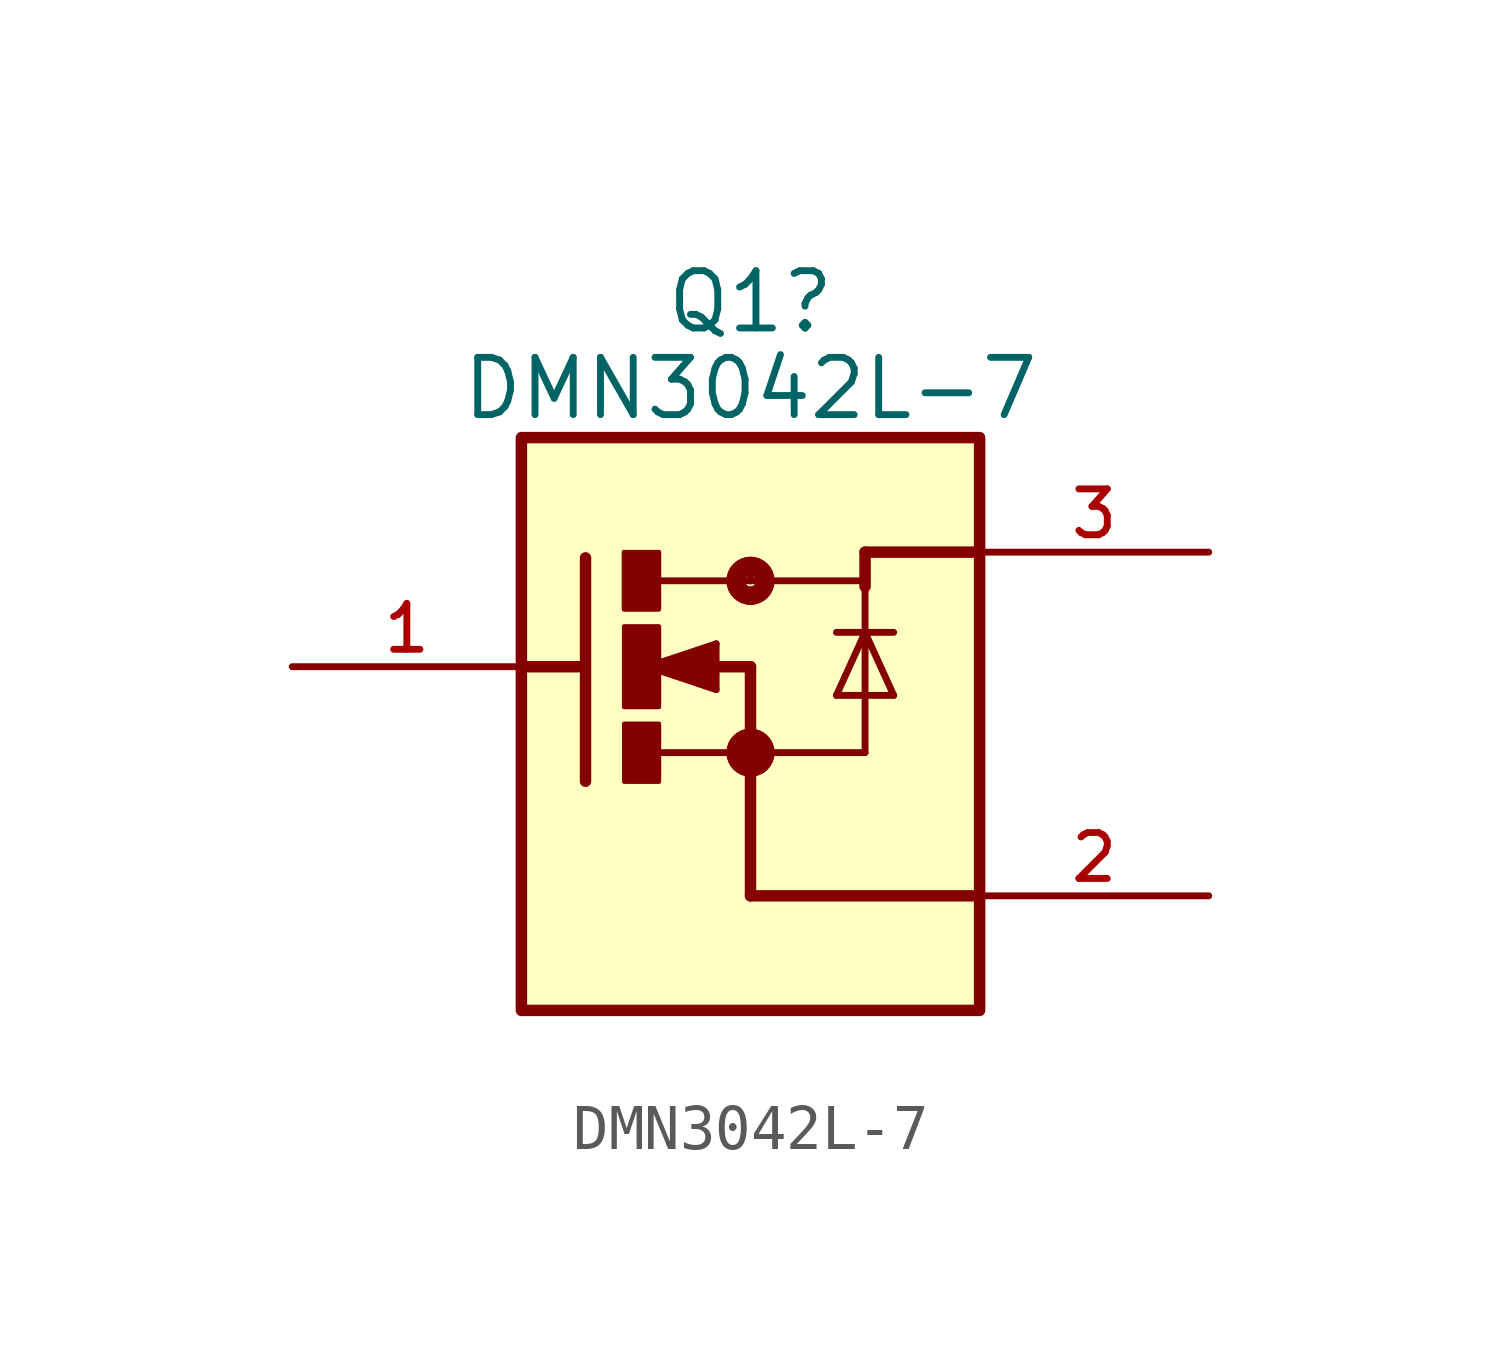
<source format=kicad_sym>
(kicad_symbol_lib
  (version 20220914)
  (generator kicad_symbol_editor)
  (symbol "DMN3042L-7"
    (pin_names
      (offset 1.016))
    (property "Reference" "Q1"
      (at 0 8.09 0)
      (effects (font (size 1.27 1.27))))
    (property "Value" "DMN3042L-7"
      (at 0 6.169 0)
      (effects (font (size 1.27 1.27))))
    (symbol "DMN3042L-7_0_0"
      (rectangle (start -5.08 -7.62) (end 5.08 5.08) (stroke (width 0.254) (type default)) (fill (type background)))
      (rectangle (start -2.804 2.54) (end -2.032 1.274) (stroke (width 0.1) (type default)) (fill (type outline)))
      (rectangle (start -2.802 1.274) (end -2.032 2.54) (stroke (width 0.1) (type default)) (fill (type outline)))
      (rectangle (start -2.801 -0.891) (end -2.032 0.889) (stroke (width 0.1) (type default)) (fill (type outline)))
      (rectangle (start -2.799 -2.544) (end -2.032 -1.27) (stroke (width 0.1) (type default)) (fill (type outline)))
      (rectangle (start -2.799 -2.545) (end -2.032 -1.27) (stroke (width 0.1) (type default)) (fill (type outline)))
      (rectangle (start -2.798 -0.89) (end -2.032 0.889) (stroke (width 0.1) (type default)) (fill (type outline)))
      (circle (center 0 -1.905) (radius 0.127) (stroke (width 0.406) (type default)) (fill (type none)))
      (circle (center 0 -1.905) (radius 0.127) (stroke (width 0.406) (type default)) (fill (type none)))
      (polyline (pts (xy -3.81 0) (xy -5.08 0)) (stroke (width 0.254) (type default)) (fill (type none)))
      (polyline (pts (xy -3.658 2.413) (xy -3.658 -2.54)) (stroke (width 0.254) (type default)) (fill (type none)))
      (polyline (pts (xy -2.286 0) (xy -0.762 -0.508)) (stroke (width 0.152) (type default)) (fill (type none)))
      (polyline (pts (xy -2.032 -1.905) (xy 0 -1.905)) (stroke (width 0.152) (type default)) (fill (type none)))
      (polyline (pts (xy -2.032 0) (xy -2.286 0)) (stroke (width 0.254) (type default)) (fill (type none)))
      (polyline (pts (xy -2.032 0) (xy -0.889 -0.254)) (stroke (width 0.305) (type default)) (fill (type none)))
      (polyline (pts (xy -1.905 0) (xy -2.032 0)) (stroke (width 0.254) (type default)) (fill (type none)))
      (polyline (pts (xy -1.143 0.254) (xy -2.032 0)) (stroke (width 0.305) (type default)) (fill (type none)))
      (polyline (pts (xy -0.889 -0.254) (xy -0.889 0.254)) (stroke (width 0.305) (type default)) (fill (type none)))
      (polyline (pts (xy -0.889 0.254) (xy -2.286 0)) (stroke (width 0.152) (type default)) (fill (type none)))
      (polyline (pts (xy -0.889 0.254) (xy -1.905 0)) (stroke (width 0.305) (type default)) (fill (type none)))
      (polyline (pts (xy -0.762 -0.508) (xy -0.762 0)) (stroke (width 0.152) (type default)) (fill (type none)))
      (polyline (pts (xy -0.762 0) (xy -1.905 0)) (stroke (width 0.254) (type default)) (fill (type none)))
      (polyline (pts (xy -0.762 0) (xy -0.762 0.508)) (stroke (width 0.152) (type default)) (fill (type none)))
      (polyline (pts (xy -0.762 0) (xy 0 0)) (stroke (width 0.254) (type default)) (fill (type none)))
      (polyline (pts (xy -0.762 0.508) (xy -2.286 0)) (stroke (width 0.152) (type default)) (fill (type none)))
      (polyline (pts (xy 0 -5.08) (xy 5.08 -5.08)) (stroke (width 0.254) (type default)) (fill (type none)))
      (polyline (pts (xy 0 -2.032) (xy 0 -5.08)) (stroke (width 0.254) (type default)) (fill (type none)))
      (polyline (pts (xy 0 -1.905) (xy 0 -2.032)) (stroke (width 0.152) (type default)) (fill (type none)))
      (polyline (pts (xy 0 0) (xy 0 -1.778)) (stroke (width 0.254) (type default)) (fill (type none)))
      (polyline (pts (xy 0 1.905) (xy -2.007 1.905)) (stroke (width 0.152) (type default)) (fill (type none)))
      (polyline (pts (xy 0 1.905) (xy 2.54 1.905)) (stroke (width 0.152) (type default)) (fill (type none)))
      (polyline (pts (xy 0 2.032) (xy 0 1.905)) (stroke (width 0.152) (type default)) (fill (type none)))
      (polyline (pts (xy 1.905 -0.635) (xy 3.175 -0.635)) (stroke (width 0.152) (type default)) (fill (type none)))
      (polyline (pts (xy 1.905 0.762) (xy 2.54 0.762)) (stroke (width 0.152) (type default)) (fill (type none)))
      (polyline (pts (xy 2.54 -1.905) (xy 0 -1.905)) (stroke (width 0.152) (type default)) (fill (type none)))
      (polyline (pts (xy 2.54 0.762) (xy 1.905 -0.635)) (stroke (width 0.152) (type default)) (fill (type none)))
      (polyline (pts (xy 2.54 0.762) (xy 2.54 -1.905)) (stroke (width 0.152) (type default)) (fill (type none)))
      (polyline (pts (xy 2.54 0.762) (xy 3.175 0.762)) (stroke (width 0.152) (type default)) (fill (type none)))
      (polyline (pts (xy 2.54 1.778) (xy 2.54 0.762)) (stroke (width 0.152) (type default)) (fill (type none)))
      (polyline (pts (xy 2.54 1.778) (xy 2.54 2.54)) (stroke (width 0.254) (type default)) (fill (type none)))
      (polyline (pts (xy 2.54 1.905) (xy 2.54 1.778)) (stroke (width 0.152) (type default)) (fill (type none)))
      (polyline (pts (xy 2.54 2.54) (xy 5.08 2.54)) (stroke (width 0.254) (type default)) (fill (type none)))
      (polyline (pts (xy 3.175 -0.635) (xy 2.54 0.762)) (stroke (width 0.152) (type default)) (fill (type none)))
      (circle (center 0 1.905) (radius 0.127) (stroke (width 0.406) (type default)) (fill (type none)))
      (circle (center 0 1.905) (radius 0.127) (stroke (width 0.406) (type default)) (fill (type none)))
      (pin passive line (at -10.16 0 0) (length 5.08) (name "~" (effects (font (size 1.016 1.016)))) (number "1" (effects (font (size 1.016 1.016)))))
      (pin passive line (at 10.16 -5.08 180) (length 5.08) (name "~" (effects (font (size 1.016 1.016)))) (number "2" (effects (font (size 1.016 1.016)))))
      (pin passive line (at 10.16 2.54 180) (length 5.08) (name "~" (effects (font (size 1.016 1.016)))) (number "3" (effects (font (size 1.016 1.016))))))))
</source>
